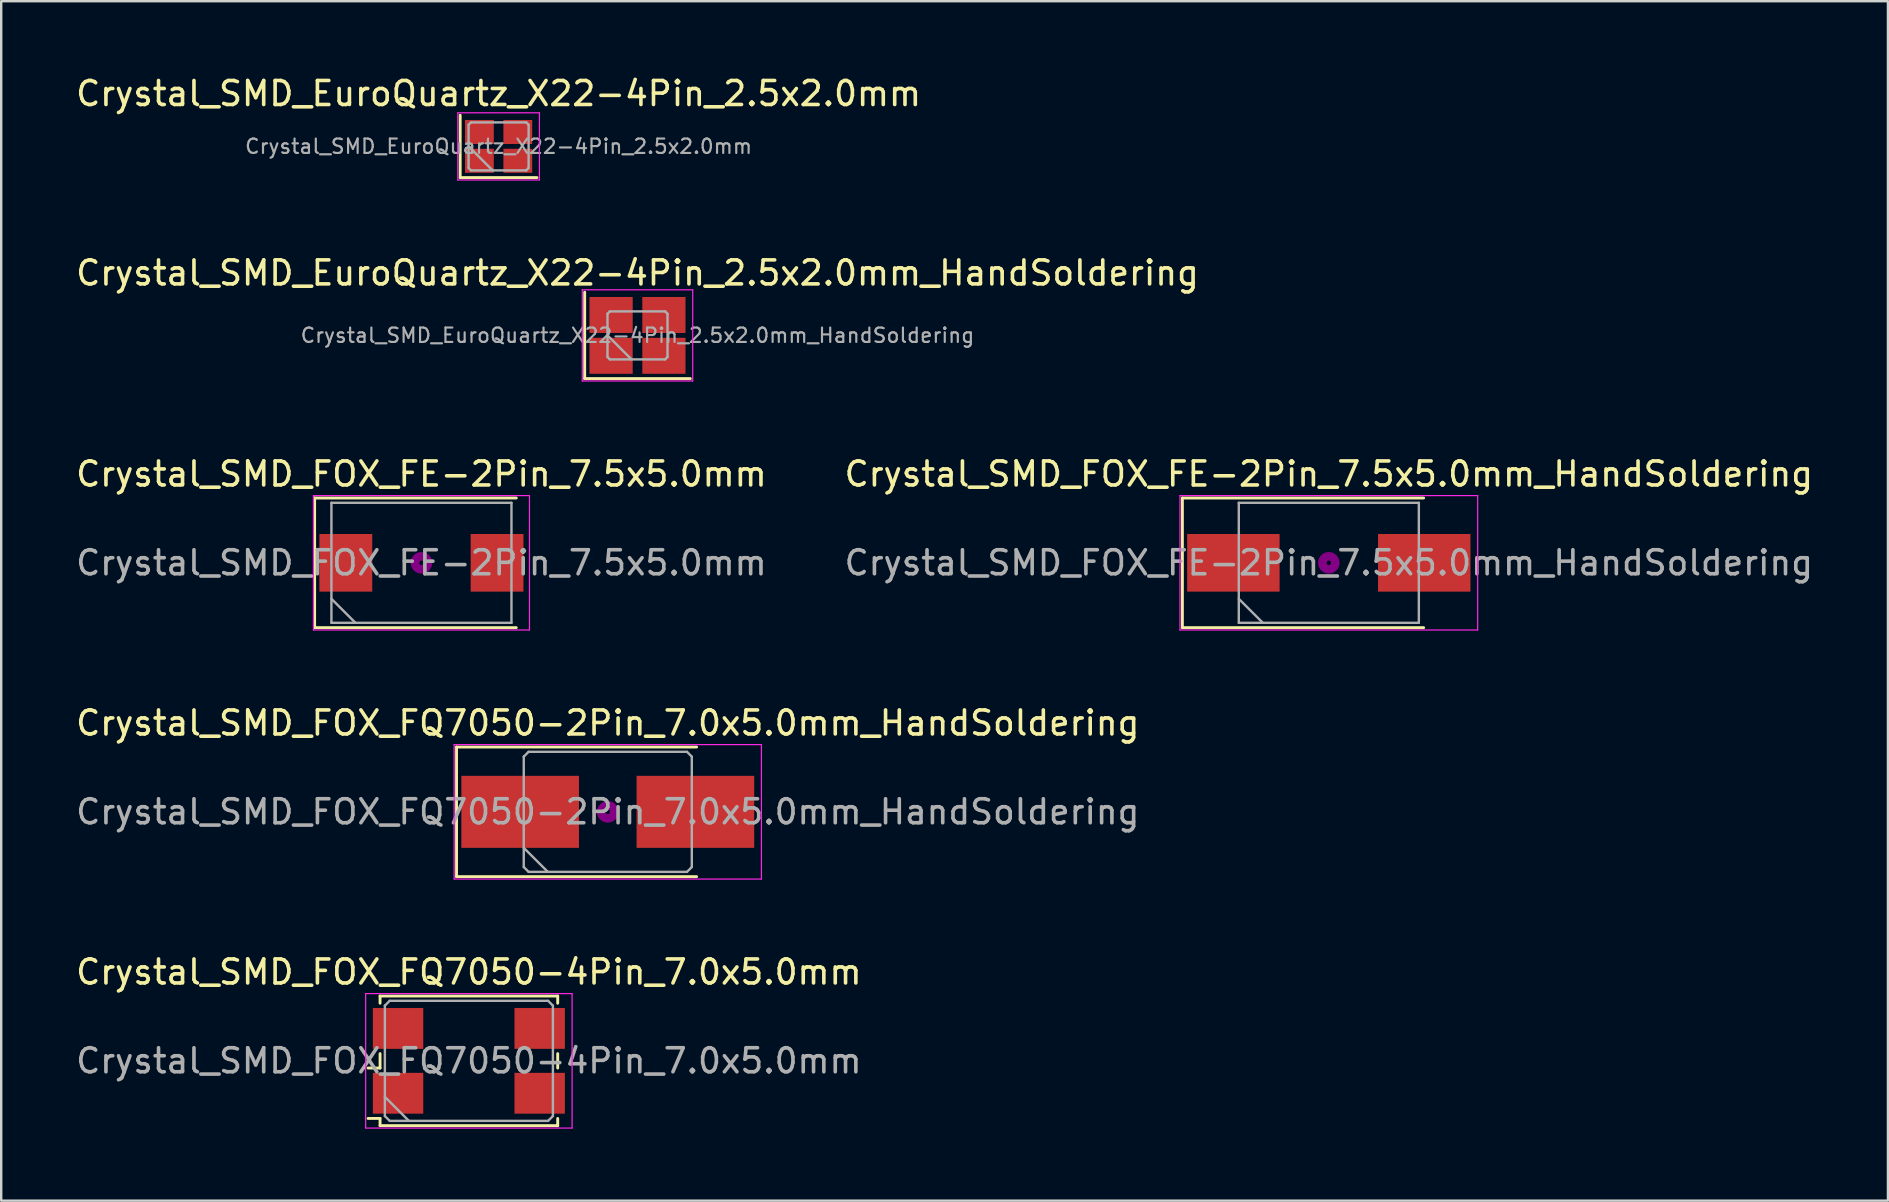
<source format=kicad_pcb>
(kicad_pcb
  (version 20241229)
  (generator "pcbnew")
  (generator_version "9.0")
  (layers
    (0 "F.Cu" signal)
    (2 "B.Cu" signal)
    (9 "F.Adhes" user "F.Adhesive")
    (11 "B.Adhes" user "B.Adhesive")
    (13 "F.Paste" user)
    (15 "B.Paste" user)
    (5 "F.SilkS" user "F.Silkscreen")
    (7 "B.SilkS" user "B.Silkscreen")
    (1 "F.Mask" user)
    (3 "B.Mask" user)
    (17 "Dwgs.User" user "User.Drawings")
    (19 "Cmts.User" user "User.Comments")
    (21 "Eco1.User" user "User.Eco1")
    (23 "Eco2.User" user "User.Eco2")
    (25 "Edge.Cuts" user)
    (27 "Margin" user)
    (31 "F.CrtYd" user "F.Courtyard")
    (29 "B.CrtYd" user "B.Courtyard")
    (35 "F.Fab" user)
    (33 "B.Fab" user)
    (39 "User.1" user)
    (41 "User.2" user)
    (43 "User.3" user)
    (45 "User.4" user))
  (footprint "Crystal_SMD_FOX_FQ7050-2Pin_7.0x5.0mm_HandSoldering"
    (layer "F.Cu")
    (at 22.268 30.768)
    (property "Reference" "Crystal_SMD_FOX_FQ7050-2Pin_7.0x5.0mm_HandSoldering" (at 0 -3.7 0) (layer "F.SilkS") (effects (font (size 1 1) (thickness 0.15))))
    (attr smd)
    (fp_line (start -6.3 -2.7) (end -6.3 2.7) (stroke (width 0.12) (type solid)) (layer "F.SilkS"))
    (fp_line (start -6.3 2.7) (end 3.7 2.7) (stroke (width 0.12) (type solid)) (layer "F.SilkS"))
    (fp_line (start 3.7 -2.7) (end -6.3 -2.7) (stroke (width 0.12) (type solid)) (layer "F.SilkS"))
    (fp_circle (center 0 0) (end 0.093 0) (stroke (width 0.187) (type solid)) (fill no) (layer "F.Adhes"))
    (fp_circle (center 0 0) (end 0.213 0) (stroke (width 0.133) (type solid)) (fill no) (layer "F.Adhes"))
    (fp_circle (center 0 0) (end 0.333 0) (stroke (width 0.133) (type solid)) (fill no) (layer "F.Adhes"))
    (fp_circle (center 0 0) (end 0.4 0) (stroke (width 0.1) (type solid)) (fill no) (layer "F.Adhes"))
    (fp_line (start -6.4 -2.8) (end -6.4 2.8) (stroke (width 0.05) (type solid)) (layer "F.CrtYd"))
    (fp_line (start -6.4 2.8) (end 6.4 2.8) (stroke (width 0.05) (type solid)) (layer "F.CrtYd"))
    (fp_line (start 6.4 -2.8) (end -6.4 -2.8) (stroke (width 0.05) (type solid)) (layer "F.CrtYd"))
    (fp_line (start 6.4 2.8) (end 6.4 -2.8) (stroke (width 0.05) (type solid)) (layer "F.CrtYd"))
    (fp_line (start -3.5 -2.3) (end -3.3 -2.5) (stroke (width 0.1) (type solid)) (layer "F.Fab"))
    (fp_line (start -3.5 1.5) (end -2.5 2.5) (stroke (width 0.1) (type solid)) (layer "F.Fab"))
    (fp_line (start -3.5 2.3) (end -3.5 -2.3) (stroke (width 0.1) (type solid)) (layer "F.Fab"))
    (fp_line (start -3.3 -2.5) (end 3.3 -2.5) (stroke (width 0.1) (type solid)) (layer "F.Fab"))
    (fp_line (start -3.3 2.5) (end -3.5 2.3) (stroke (width 0.1) (type solid)) (layer "F.Fab"))
    (fp_line (start 3.3 -2.5) (end 3.5 -2.3) (stroke (width 0.1) (type solid)) (layer "F.Fab"))
    (fp_line (start 3.3 2.5) (end -3.3 2.5) (stroke (width 0.1) (type solid)) (layer "F.Fab"))
    (fp_line (start 3.5 -2.3) (end 3.5 2.3) (stroke (width 0.1) (type solid)) (layer "F.Fab"))
    (fp_line (start 3.5 2.3) (end 3.3 2.5) (stroke (width 0.1) (type solid)) (layer "F.Fab"))
    (fp_text user "${REFERENCE}" (at 0 0 0) (layer "F.Fab") (effects (font (size 1 1) (thickness 0.15))))
    (pad "1" smd rect (at -3.65 0) (size 4.9 3) (layers "F.Cu" "F.Mask" "F.Paste"))
    (pad "2" smd rect (at 3.65 0) (size 4.9 3) (layers "F.Cu" "F.Mask" "F.Paste")))
  (footprint "Crystal_SMD_EuroQuartz_X22-4Pin_2.5x2.0mm_HandSoldering"
    (layer "F.Cu")
    (at 23.506 10.921)
    (property "Reference" "Crystal_SMD_EuroQuartz_X22-4Pin_2.5x2.0mm_HandSoldering" (at 0 -2.6 0) (layer "F.SilkS") (effects (font (size 1 1) (thickness 0.15))))
    (attr smd)
    (fp_line (start -2.2 -1.8) (end -2.2 1.8) (stroke (width 0.12) (type solid)) (layer "F.SilkS"))
    (fp_line (start -2.2 1.8) (end 2.2 1.8) (stroke (width 0.12) (type solid)) (layer "F.SilkS"))
    (fp_line (start -2.3 -1.9) (end -2.3 1.9) (stroke (width 0.05) (type solid)) (layer "F.CrtYd"))
    (fp_line (start -2.3 1.9) (end 2.3 1.9) (stroke (width 0.05) (type solid)) (layer "F.CrtYd"))
    (fp_line (start 2.3 -1.9) (end -2.3 -1.9) (stroke (width 0.05) (type solid)) (layer "F.CrtYd"))
    (fp_line (start 2.3 1.9) (end 2.3 -1.9) (stroke (width 0.05) (type solid)) (layer "F.CrtYd"))
    (fp_line (start -1.25 -0.9) (end -1.15 -1) (stroke (width 0.1) (type solid)) (layer "F.Fab"))
    (fp_line (start -1.25 0) (end -0.25 1) (stroke (width 0.1) (type solid)) (layer "F.Fab"))
    (fp_line (start -1.25 0.9) (end -1.25 -0.9) (stroke (width 0.1) (type solid)) (layer "F.Fab"))
    (fp_line (start -1.15 -1) (end 1.15 -1) (stroke (width 0.1) (type solid)) (layer "F.Fab"))
    (fp_line (start -1.15 1) (end -1.25 0.9) (stroke (width 0.1) (type solid)) (layer "F.Fab"))
    (fp_line (start 1.15 -1) (end 1.25 -0.9) (stroke (width 0.1) (type solid)) (layer "F.Fab"))
    (fp_line (start 1.15 1) (end -1.15 1) (stroke (width 0.1) (type solid)) (layer "F.Fab"))
    (fp_line (start 1.25 -0.9) (end 1.25 0.9) (stroke (width 0.1) (type solid)) (layer "F.Fab"))
    (fp_line (start 1.25 0.9) (end 1.15 1) (stroke (width 0.1) (type solid)) (layer "F.Fab"))
    (fp_text user "${REFERENCE}" (at 0 0 0) (layer "F.Fab") (effects (font (size 0.6 0.6) (thickness 0.09))))
    (pad "1" smd rect (at -1.1 0.85) (size 1.8 1.5) (layers "F.Cu" "F.Mask" "F.Paste"))
    (pad "2" smd rect (at 1.1 0.85) (size 1.8 1.5) (layers "F.Cu" "F.Mask" "F.Paste"))
    (pad "3" smd rect (at 1.1 -0.85) (size 1.8 1.5) (layers "F.Cu" "F.Mask" "F.Paste"))
    (pad "4" smd rect (at -1.1 -0.85) (size 1.8 1.5) (layers "F.Cu" "F.Mask" "F.Paste")))
  (footprint "Crystal_SMD_FOX_FE-2Pin_7.5x5.0mm"
    (layer "F.Cu")
    (at 14.506 20.395)
    (property "Reference" "Crystal_SMD_FOX_FE-2Pin_7.5x5.0mm" (at 0 -3.7 0) (layer "F.SilkS") (effects (font (size 1 1) (thickness 0.15))))
    (attr smd)
    (fp_line (start -4.45 -2.7) (end -4.45 2.7) (stroke (width 0.12) (type solid)) (layer "F.SilkS"))
    (fp_line (start -4.45 2.7) (end 3.95 2.7) (stroke (width 0.12) (type solid)) (layer "F.SilkS"))
    (fp_line (start 3.95 -2.7) (end -4.45 -2.7) (stroke (width 0.12) (type solid)) (layer "F.SilkS"))
    (fp_circle (center 0 0) (end 0.093 0) (stroke (width 0.187) (type solid)) (fill no) (layer "F.Adhes"))
    (fp_circle (center 0 0) (end 0.213 0) (stroke (width 0.133) (type solid)) (fill no) (layer "F.Adhes"))
    (fp_circle (center 0 0) (end 0.333 0) (stroke (width 0.133) (type solid)) (fill no) (layer "F.Adhes"))
    (fp_circle (center 0 0) (end 0.4 0) (stroke (width 0.1) (type solid)) (fill no) (layer "F.Adhes"))
    (fp_line (start -4.5 -2.8) (end -4.5 2.8) (stroke (width 0.05) (type solid)) (layer "F.CrtYd"))
    (fp_line (start -4.5 2.8) (end 4.5 2.8) (stroke (width 0.05) (type solid)) (layer "F.CrtYd"))
    (fp_line (start 4.5 -2.8) (end -4.5 -2.8) (stroke (width 0.05) (type solid)) (layer "F.CrtYd"))
    (fp_line (start 4.5 2.8) (end 4.5 -2.8) (stroke (width 0.05) (type solid)) (layer "F.CrtYd"))
    (fp_line (start -3.75 -2.5) (end -3.75 2.5) (stroke (width 0.1) (type solid)) (layer "F.Fab"))
    (fp_line (start -3.75 1.5) (end -2.75 2.5) (stroke (width 0.1) (type solid)) (layer "F.Fab"))
    (fp_line (start -3.75 2.5) (end 3.75 2.5) (stroke (width 0.1) (type solid)) (layer "F.Fab"))
    (fp_line (start 3.75 -2.5) (end -3.75 -2.5) (stroke (width 0.1) (type solid)) (layer "F.Fab"))
    (fp_line (start 3.75 2.5) (end 3.75 -2.5) (stroke (width 0.1) (type solid)) (layer "F.Fab"))
    (fp_text user "${REFERENCE}" (at 0 0 0) (layer "F.Fab") (effects (font (size 1 1) (thickness 0.15))))
    (pad "1" smd rect (at -3.15 0) (size 2.2 2.4) (layers "F.Cu" "F.Mask" "F.Paste"))
    (pad "2" smd rect (at 3.15 0) (size 2.2 2.4) (layers "F.Cu" "F.Mask" "F.Paste")))
  (footprint "Crystal_SMD_FOX_FE-2Pin_7.5x5.0mm_HandSoldering"
    (layer "F.Cu")
    (at 52.304 20.395)
    (property "Reference" "Crystal_SMD_FOX_FE-2Pin_7.5x5.0mm_HandSoldering" (at 0 -3.7 0) (layer "F.SilkS") (effects (font (size 1 1) (thickness 0.15))))
    (attr smd)
    (fp_line (start -6.1 -2.7) (end -6.1 2.7) (stroke (width 0.12) (type solid)) (layer "F.SilkS"))
    (fp_line (start -6.1 2.7) (end 3.95 2.7) (stroke (width 0.12) (type solid)) (layer "F.SilkS"))
    (fp_line (start 3.95 -2.7) (end -6.1 -2.7) (stroke (width 0.12) (type solid)) (layer "F.SilkS"))
    (fp_circle (center 0 0) (end 0.093 0) (stroke (width 0.187) (type solid)) (fill no) (layer "F.Adhes"))
    (fp_circle (center 0 0) (end 0.213 0) (stroke (width 0.133) (type solid)) (fill no) (layer "F.Adhes"))
    (fp_circle (center 0 0) (end 0.333 0) (stroke (width 0.133) (type solid)) (fill no) (layer "F.Adhes"))
    (fp_circle (center 0 0) (end 0.4 0) (stroke (width 0.1) (type solid)) (fill no) (layer "F.Adhes"))
    (fp_line (start -6.2 -2.8) (end -6.2 2.8) (stroke (width 0.05) (type solid)) (layer "F.CrtYd"))
    (fp_line (start -6.2 2.8) (end 6.2 2.8) (stroke (width 0.05) (type solid)) (layer "F.CrtYd"))
    (fp_line (start 6.2 -2.8) (end -6.2 -2.8) (stroke (width 0.05) (type solid)) (layer "F.CrtYd"))
    (fp_line (start 6.2 2.8) (end 6.2 -2.8) (stroke (width 0.05) (type solid)) (layer "F.CrtYd"))
    (fp_line (start -3.75 -2.5) (end -3.75 2.5) (stroke (width 0.1) (type solid)) (layer "F.Fab"))
    (fp_line (start -3.75 1.5) (end -2.75 2.5) (stroke (width 0.1) (type solid)) (layer "F.Fab"))
    (fp_line (start -3.75 2.5) (end 3.75 2.5) (stroke (width 0.1) (type solid)) (layer "F.Fab"))
    (fp_line (start 3.75 -2.5) (end -3.75 -2.5) (stroke (width 0.1) (type solid)) (layer "F.Fab"))
    (fp_line (start 3.75 2.5) (end 3.75 -2.5) (stroke (width 0.1) (type solid)) (layer "F.Fab"))
    (fp_text user "${REFERENCE}" (at 0 0 0) (layer "F.Fab") (effects (font (size 1 1) (thickness 0.15))))
    (pad "1" smd rect (at -3.975 0) (size 3.85 2.4) (layers "F.Cu" "F.Mask" "F.Paste"))
    (pad "2" smd rect (at 3.975 0) (size 3.85 2.4) (layers "F.Cu" "F.Mask" "F.Paste")))
  (footprint "Crystal_SMD_FOX_FQ7050-4Pin_7.0x5.0mm"
    (layer "F.Cu")
    (at 16.482 41.141)
    (property "Reference" "Crystal_SMD_FOX_FQ7050-4Pin_7.0x5.0mm" (at 0 -3.7 0) (layer "F.SilkS") (effects (font (size 1 1) (thickness 0.15))))
    (attr smd)
    (fp_line (start -4.2 0.3) (end -3.7 0.3) (stroke (width 0.12) (type solid)) (layer "F.SilkS"))
    (fp_line (start -4.2 2.4) (end -3.7 2.4) (stroke (width 0.12) (type solid)) (layer "F.SilkS"))
    (fp_line (start -3.7 -2.7) (end 3.7 -2.7) (stroke (width 0.12) (type solid)) (layer "F.SilkS"))
    (fp_line (start -3.7 -2.4) (end -3.7 -2.7) (stroke (width 0.12) (type solid)) (layer "F.SilkS"))
    (fp_line (start -3.7 0.3) (end -3.7 -0.3) (stroke (width 0.12) (type solid)) (layer "F.SilkS"))
    (fp_line (start -3.7 2.4) (end -3.7 2.7) (stroke (width 0.12) (type solid)) (layer "F.SilkS"))
    (fp_line (start -3.7 2.7) (end 3.7 2.7) (stroke (width 0.12) (type solid)) (layer "F.SilkS"))
    (fp_line (start 3.7 -2.7) (end 3.7 -2.4) (stroke (width 0.12) (type solid)) (layer "F.SilkS"))
    (fp_line (start 3.7 -0.3) (end 3.7 0.3) (stroke (width 0.12) (type solid)) (layer "F.SilkS"))
    (fp_line (start 3.7 2.7) (end 3.7 2.4) (stroke (width 0.12) (type solid)) (layer "F.SilkS"))
    (fp_line (start -4.3 -2.8) (end -4.3 2.8) (stroke (width 0.05) (type solid)) (layer "F.CrtYd"))
    (fp_line (start -4.3 2.8) (end 4.3 2.8) (stroke (width 0.05) (type solid)) (layer "F.CrtYd"))
    (fp_line (start 4.3 -2.8) (end -4.3 -2.8) (stroke (width 0.05) (type solid)) (layer "F.CrtYd"))
    (fp_line (start 4.3 2.8) (end 4.3 -2.8) (stroke (width 0.05) (type solid)) (layer "F.CrtYd"))
    (fp_line (start -3.5 -2.3) (end -3.3 -2.5) (stroke (width 0.1) (type solid)) (layer "F.Fab"))
    (fp_line (start -3.5 1.5) (end -2.5 2.5) (stroke (width 0.1) (type solid)) (layer "F.Fab"))
    (fp_line (start -3.5 2.3) (end -3.5 -2.3) (stroke (width 0.1) (type solid)) (layer "F.Fab"))
    (fp_line (start -3.3 -2.5) (end 3.3 -2.5) (stroke (width 0.1) (type solid)) (layer "F.Fab"))
    (fp_line (start -3.3 2.5) (end -3.5 2.3) (stroke (width 0.1) (type solid)) (layer "F.Fab"))
    (fp_line (start 3.3 -2.5) (end 3.5 -2.3) (stroke (width 0.1) (type solid)) (layer "F.Fab"))
    (fp_line (start 3.3 2.5) (end -3.3 2.5) (stroke (width 0.1) (type solid)) (layer "F.Fab"))
    (fp_line (start 3.5 -2.3) (end 3.5 2.3) (stroke (width 0.1) (type solid)) (layer "F.Fab"))
    (fp_line (start 3.5 2.3) (end 3.3 2.5) (stroke (width 0.1) (type solid)) (layer "F.Fab"))
    (fp_text user "${REFERENCE}" (at 0 0 0) (layer "F.Fab") (effects (font (size 1 1) (thickness 0.15))))
    (pad "1" smd rect (at -2.95 1.35) (size 2.1 1.7) (layers "F.Cu" "F.Mask" "F.Paste"))
    (pad "2" smd rect (at 2.95 1.35) (size 2.1 1.7) (layers "F.Cu" "F.Mask" "F.Paste"))
    (pad "3" smd rect (at 2.95 -1.35) (size 2.1 1.7) (layers "F.Cu" "F.Mask" "F.Paste"))
    (pad "4" smd rect (at -2.95 -1.35) (size 2.1 1.7) (layers "F.Cu" "F.Mask" "F.Paste")))
  (footprint "Crystal_SMD_EuroQuartz_X22-4Pin_2.5x2.0mm"
    (layer "F.Cu")
    (at 17.72 3.048)
    (property "Reference" "Crystal_SMD_EuroQuartz_X22-4Pin_2.5x2.0mm" (at 0 -2.2 0) (layer "F.SilkS") (effects (font (size 1 1) (thickness 0.15))))
    (attr smd)
    (fp_line (start -1.6 -1.3) (end -1.6 1.3) (stroke (width 0.12) (type solid)) (layer "F.SilkS"))
    (fp_line (start -1.6 1.3) (end 1.6 1.3) (stroke (width 0.12) (type solid)) (layer "F.SilkS"))
    (fp_line (start -1.7 -1.4) (end -1.7 1.4) (stroke (width 0.05) (type solid)) (layer "F.CrtYd"))
    (fp_line (start -1.7 1.4) (end 1.7 1.4) (stroke (width 0.05) (type solid)) (layer "F.CrtYd"))
    (fp_line (start 1.7 -1.4) (end -1.7 -1.4) (stroke (width 0.05) (type solid)) (layer "F.CrtYd"))
    (fp_line (start 1.7 1.4) (end 1.7 -1.4) (stroke (width 0.05) (type solid)) (layer "F.CrtYd"))
    (fp_line (start -1.25 -0.9) (end -1.15 -1) (stroke (width 0.1) (type solid)) (layer "F.Fab"))
    (fp_line (start -1.25 0) (end -0.25 1) (stroke (width 0.1) (type solid)) (layer "F.Fab"))
    (fp_line (start -1.25 0.9) (end -1.25 -0.9) (stroke (width 0.1) (type solid)) (layer "F.Fab"))
    (fp_line (start -1.15 -1) (end 1.15 -1) (stroke (width 0.1) (type solid)) (layer "F.Fab"))
    (fp_line (start -1.15 1) (end -1.25 0.9) (stroke (width 0.1) (type solid)) (layer "F.Fab"))
    (fp_line (start 1.15 -1) (end 1.25 -0.9) (stroke (width 0.1) (type solid)) (layer "F.Fab"))
    (fp_line (start 1.15 1) (end -1.15 1) (stroke (width 0.1) (type solid)) (layer "F.Fab"))
    (fp_line (start 1.25 -0.9) (end 1.25 0.9) (stroke (width 0.1) (type solid)) (layer "F.Fab"))
    (fp_line (start 1.25 0.9) (end 1.15 1) (stroke (width 0.1) (type solid)) (layer "F.Fab"))
    (fp_text user "${REFERENCE}" (at 0 0 0) (layer "F.Fab") (effects (font (size 0.6 0.6) (thickness 0.09))))
    (pad "1" smd rect (at -0.8 0.6) (size 1.2 1) (layers "F.Cu" "F.Mask" "F.Paste"))
    (pad "2" smd rect (at 0.8 0.6) (size 1.2 1) (layers "F.Cu" "F.Mask" "F.Paste"))
    (pad "3" smd rect (at 0.8 -0.6) (size 1.2 1) (layers "F.Cu" "F.Mask" "F.Paste"))
    (pad "4" smd rect (at -0.8 -0.6) (size 1.2 1) (layers "F.Cu" "F.Mask" "F.Paste")))
  (gr_rect
    (start -3 -3)
    (end 75.595 46.966)
    (stroke (width 0.1) (type default))
    (fill no)
    (layer "Edge.Cuts")))
</source>
